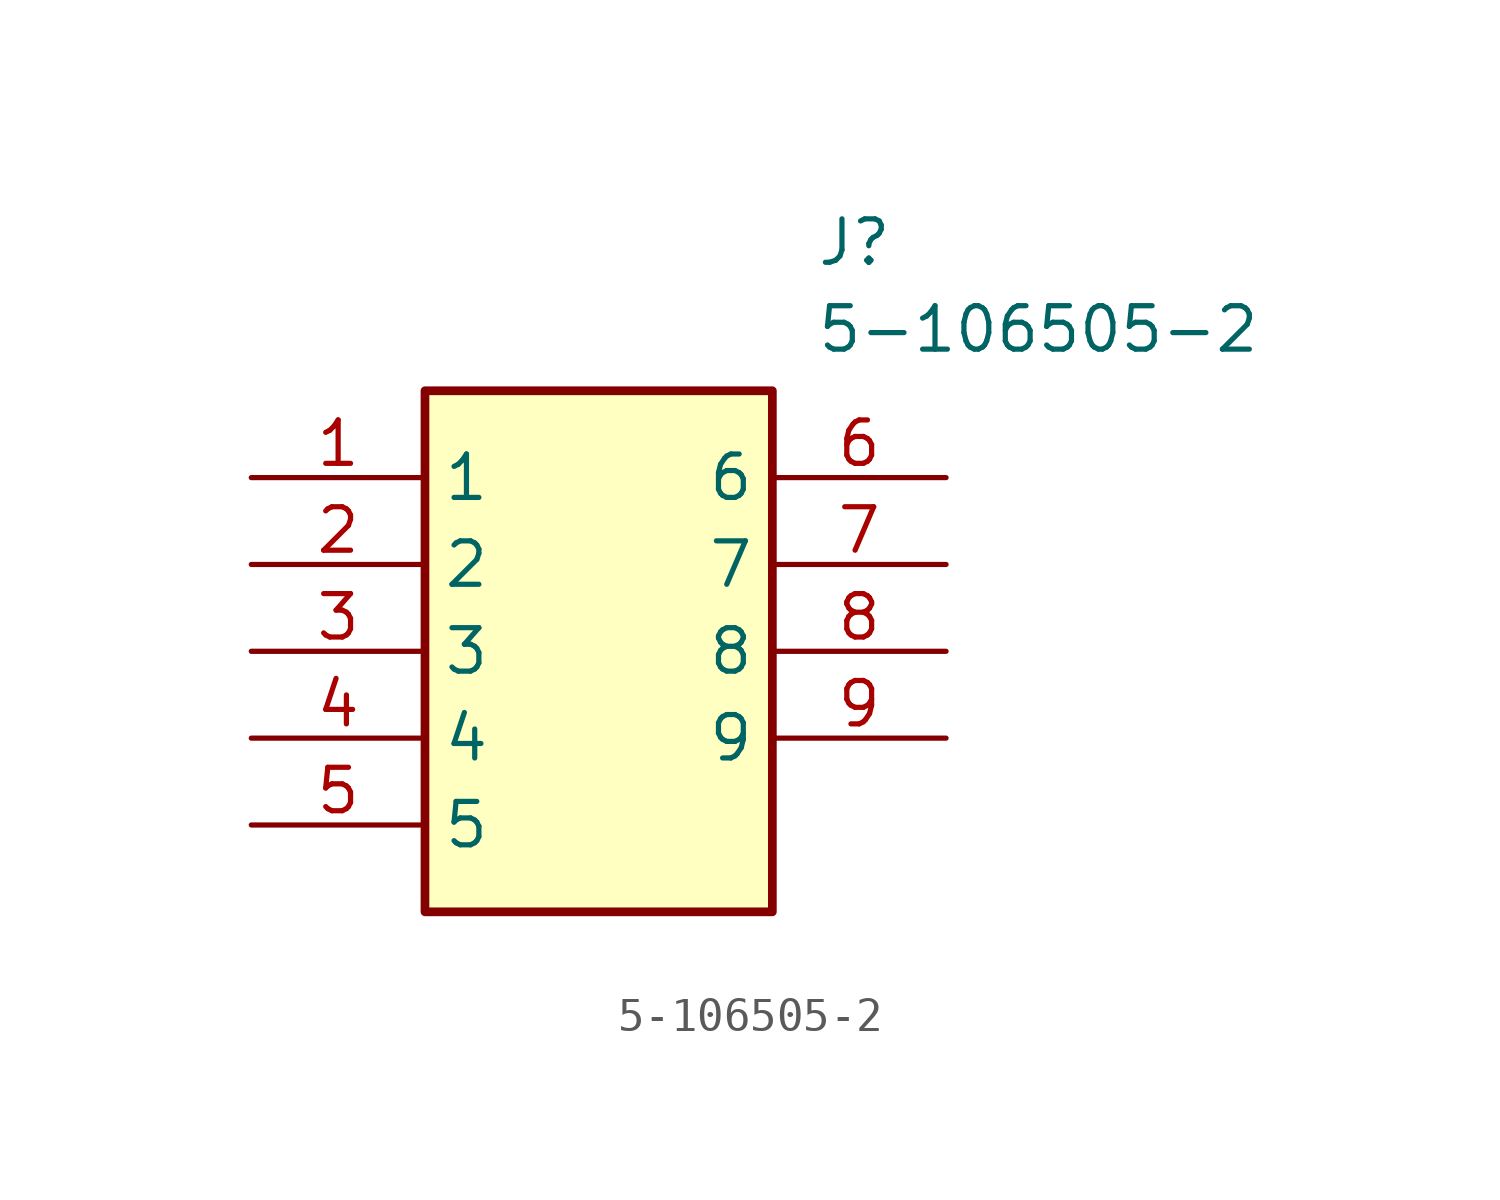
<source format=kicad_sym>
(kicad_symbol_lib
  (version 20211014)
  (generator SamacSys_ECAD_Model)
  (symbol "5-106505-2"
    (property "Reference" "J"
      (at 16.51 7.62 0)
      (effects (font (size 1.27 1.27)) (justify left top)))
    (property "Value" "5-106505-2"
      (at 16.51 5.08 0)
      (effects (font (size 1.27 1.27)) (justify left top)))
    (rectangle
      (start 5.08 2.54)
      (end 15.24 -12.7)
      (stroke (width 0.254) (type default))
      (fill (type background)))
    (pin passive line
      (at 0 0 0)
      (length 5.08)
      (name "1" (effects (font (size 1.27 1.27))))
      (number "1" (effects (font (size 1.27 1.27)))))
    (pin passive line
      (at 0 -2.54 0)
      (length 5.08)
      (name "2" (effects (font (size 1.27 1.27))))
      (number "2" (effects (font (size 1.27 1.27)))))
    (pin passive line
      (at 0 -5.08 0)
      (length 5.08)
      (name "3" (effects (font (size 1.27 1.27))))
      (number "3" (effects (font (size 1.27 1.27)))))
    (pin passive line
      (at 0 -7.62 0)
      (length 5.08)
      (name "4" (effects (font (size 1.27 1.27))))
      (number "4" (effects (font (size 1.27 1.27)))))
    (pin passive line
      (at 0 -10.16 0)
      (length 5.08)
      (name "5" (effects (font (size 1.27 1.27))))
      (number "5" (effects (font (size 1.27 1.27)))))
    (pin passive line
      (at 20.32 0 180)
      (length 5.08)
      (name "6" (effects (font (size 1.27 1.27))))
      (number "6" (effects (font (size 1.27 1.27)))))
    (pin passive line
      (at 20.32 -2.54 180)
      (length 5.08)
      (name "7" (effects (font (size 1.27 1.27))))
      (number "7" (effects (font (size 1.27 1.27)))))
    (pin passive line
      (at 20.32 -5.08 180)
      (length 5.08)
      (name "8" (effects (font (size 1.27 1.27))))
      (number "8" (effects (font (size 1.27 1.27)))))
    (pin passive line
      (at 20.32 -7.62 180)
      (length 5.08)
      (name "9" (effects (font (size 1.27 1.27))))
      (number "9" (effects (font (size 1.27 1.27)))))))
</source>
